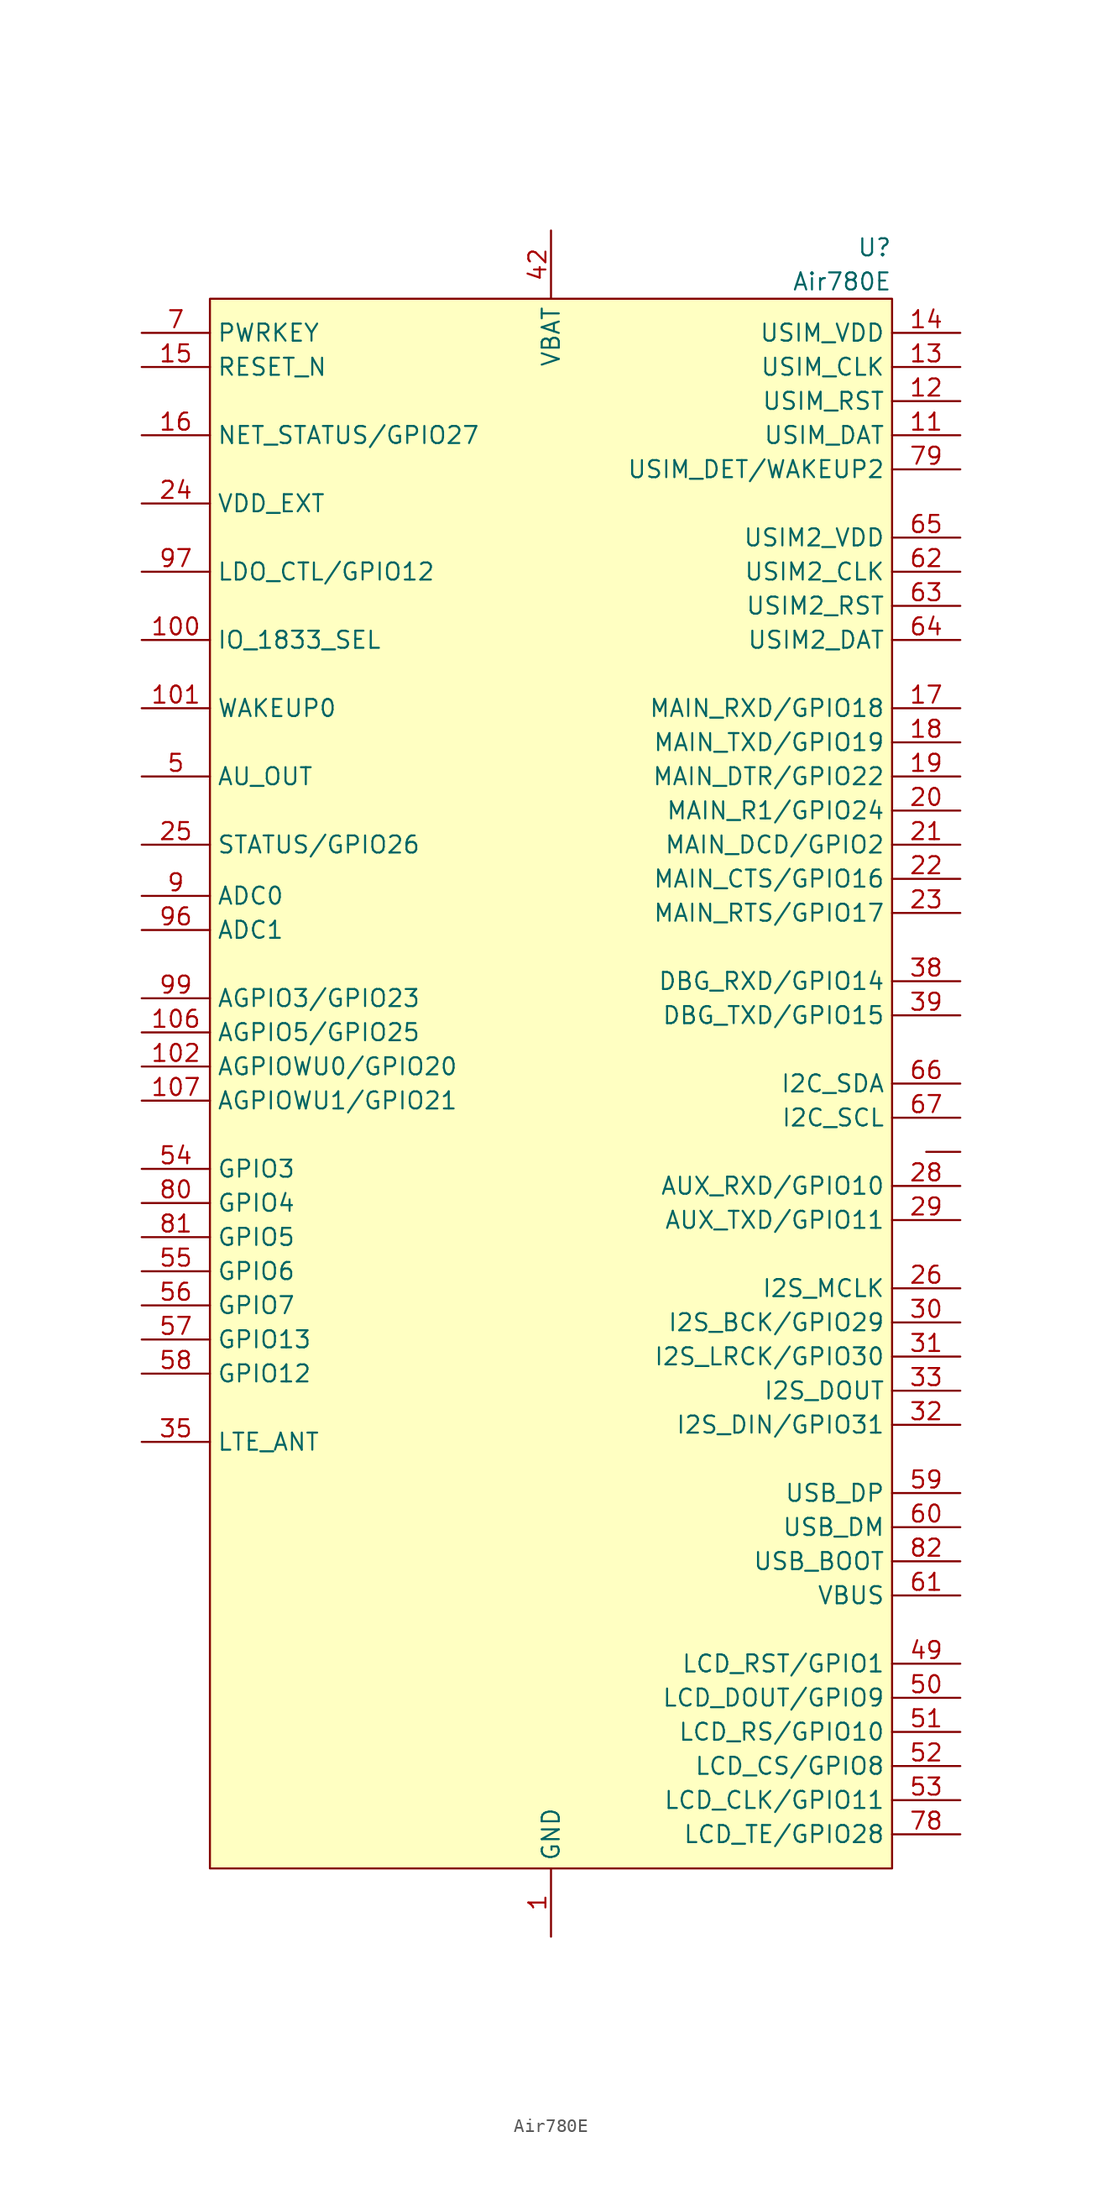
<source format=kicad_sym>
(kicad_symbol_lib
  (version 20220914)
  (generator kicad_symbol_editor)
  (symbol "Air780E"
    (property "Reference" "U"
      (at 25.4 62.23 0)
      (effects (font (size 1.27 1.27)) (justify right)))
    (property "Value" "Air780E"
      (at 25.4 59.69 0)
      (effects (font (size 1.27 1.27)) (justify right)))
    (symbol "Air780E_0_0"
      (pin power_in line (at 0 -63.5 90) (length 5.08) (name "GND" (effects (font (size 1.27 1.27)))) (number "1" (effects (font (size 1.27 1.27)))))
      (pin power_in line (at 0 -63.5 90) (length 5.08) hide (name "GND" (effects (font (size 1.27 1.27)))) (number "10" (effects (font (size 1.27 1.27)))))
      (pin bidirectional line (at -30.48 33.02 0) (length 5.08) (name "IO_1833_SEL" (effects (font (size 1.27 1.27)))) (number "100" (effects (font (size 1.27 1.27)))))
      (pin bidirectional line (at -30.48 27.94 0) (length 5.08) (name "WAKEUP0" (effects (font (size 1.27 1.27)))) (number "101" (effects (font (size 1.27 1.27)))))
      (pin bidirectional line (at -30.48 1.27 0) (length 5.08) (name "AGPIOWU0/GPIO20" (effects (font (size 1.27 1.27)))) (number "102" (effects (font (size 1.27 1.27)))))
      (pin no_connect line (at 0 -8.89 0) (length 5.08) hide (name "RESERVED" (effects (font (size 1.27 1.27)))) (number "103" (effects (font (size 1.27 1.27)))))
      (pin no_connect line (at 0 -10.16 0) (length 5.08) hide (name "RESERVED" (effects (font (size 1.27 1.27)))) (number "104" (effects (font (size 1.27 1.27)))))
      (pin no_connect line (at 0 -11.43 0) (length 5.08) hide (name "RESERVED" (effects (font (size 1.27 1.27)))) (number "105" (effects (font (size 1.27 1.27)))))
      (pin bidirectional line (at -30.48 3.81 0) (length 5.08) (name "AGPIO5/GPIO25" (effects (font (size 1.27 1.27)))) (number "106" (effects (font (size 1.27 1.27)))))
      (pin bidirectional line (at -30.48 -1.27 0) (length 5.08) (name "AGPIOWU1/GPIO21" (effects (font (size 1.27 1.27)))) (number "107" (effects (font (size 1.27 1.27)))))
      (pin no_connect line (at 0 -12.7 0) (length 5.08) hide (name "RESERVED" (effects (font (size 1.27 1.27)))) (number "108" (effects (font (size 1.27 1.27)))))
      (pin no_connect line (at 0 -13.97 0) (length 5.08) hide (name "RESERVED" (effects (font (size 1.27 1.27)))) (number "109" (effects (font (size 1.27 1.27)))))
      (pin bidirectional line (at 30.48 48.26 180) (length 5.08) (name "USIM_DAT" (effects (font (size 1.27 1.27)))) (number "11" (effects (font (size 1.27 1.27)))))
      (pin output line (at 30.48 50.8 180) (length 5.08) (name "USIM_RST" (effects (font (size 1.27 1.27)))) (number "12" (effects (font (size 1.27 1.27)))))
      (pin output line (at 30.48 53.34 180) (length 5.08) (name "USIM_CLK" (effects (font (size 1.27 1.27)))) (number "13" (effects (font (size 1.27 1.27)))))
      (pin power_out line (at 30.48 55.88 180) (length 5.08) (name "USIM_VDD" (effects (font (size 1.27 1.27)))) (number "14" (effects (font (size 1.27 1.27)))))
      (pin input line (at -30.48 53.34 0) (length 5.08) (name "RESET_N" (effects (font (size 1.27 1.27)))) (number "15" (effects (font (size 1.27 1.27)))))
      (pin bidirectional line (at -30.48 48.26 0) (length 5.08) (name "NET_STATUS/GPIO27" (effects (font (size 1.27 1.27)))) (number "16" (effects (font (size 1.27 1.27)))))
      (pin bidirectional line (at 30.48 27.94 180) (length 5.08) (name "MAIN_RXD/GPIO18" (effects (font (size 1.27 1.27)))) (number "17" (effects (font (size 1.27 1.27)))))
      (pin bidirectional line (at 30.48 25.4 180) (length 5.08) (name "MAIN_TXD/GPIO19" (effects (font (size 1.27 1.27)))) (number "18" (effects (font (size 1.27 1.27)))))
      (pin bidirectional line (at 30.48 22.86 180) (length 5.08) (name "MAIN_DTR/GPIO22" (effects (font (size 1.27 1.27)))) (number "19" (effects (font (size 1.27 1.27)))))
      (pin no_connect line (at 0 13.97 0) (length 5.08) hide (name "RESERVED" (effects (font (size 1.27 1.27)))) (number "2" (effects (font (size 1.27 1.27)))))
      (pin bidirectional line (at 30.48 20.32 180) (length 5.08) (name "MAIN_R1/GPIO24" (effects (font (size 1.27 1.27)))) (number "20" (effects (font (size 1.27 1.27)))))
      (pin bidirectional line (at 30.48 17.78 180) (length 5.08) (name "MAIN_DCD/GPIO2" (effects (font (size 1.27 1.27)))) (number "21" (effects (font (size 1.27 1.27)))))
      (pin bidirectional line (at 30.48 15.24 180) (length 5.08) (name "MAIN_CTS/GPIO16" (effects (font (size 1.27 1.27)))) (number "22" (effects (font (size 1.27 1.27)))))
      (pin bidirectional line (at 30.48 12.7 180) (length 5.08) (name "MAIN_RTS/GPIO17" (effects (font (size 1.27 1.27)))) (number "23" (effects (font (size 1.27 1.27)))))
      (pin power_out line (at -30.48 43.18 0) (length 5.08) (name "VDD_EXT" (effects (font (size 1.27 1.27)))) (number "24" (effects (font (size 1.27 1.27)))))
      (pin bidirectional line (at -30.48 17.78 0) (length 5.08) (name "STATUS/GPIO26" (effects (font (size 1.27 1.27)))) (number "25" (effects (font (size 1.27 1.27)))))
      (pin bidirectional line (at 30.48 -15.24 180) (length 5.08) (name "I2S_MCLK" (effects (font (size 1.27 1.27)))) (number "26" (effects (font (size 1.27 1.27)))))
      (pin power_in line (at 0 -63.5 90) (length 5.08) hide (name "GND" (effects (font (size 1.27 1.27)))) (number "27" (effects (font (size 1.27 1.27)))))
      (pin bidirectional line (at 30.48 -7.62 180) (length 5.08) (name "AUX_RXD/GPIO10" (effects (font (size 1.27 1.27)))) (number "28" (effects (font (size 1.27 1.27)))))
      (pin bidirectional line (at 30.48 -10.16 180) (length 5.08) (name "AUX_TXD/GPIO11" (effects (font (size 1.27 1.27)))) (number "29" (effects (font (size 1.27 1.27)))))
      (pin no_connect line (at 0 12.7 0) (length 5.08) hide (name "RESERVED" (effects (font (size 1.27 1.27)))) (number "3" (effects (font (size 1.27 1.27)))))
      (pin bidirectional line (at 30.48 -17.78 180) (length 5.08) (name "I2S_BCK/GPIO29" (effects (font (size 1.27 1.27)))) (number "30" (effects (font (size 1.27 1.27)))))
      (pin bidirectional line (at 30.48 -20.32 180) (length 5.08) (name "I2S_LRCK/GPIO30" (effects (font (size 1.27 1.27)))) (number "31" (effects (font (size 1.27 1.27)))))
      (pin bidirectional line (at 30.48 -25.4 180) (length 5.08) (name "I2S_DIN/GPIO31" (effects (font (size 1.27 1.27)))) (number "32" (effects (font (size 1.27 1.27)))))
      (pin output line (at 30.48 -22.86 180) (length 5.08) (name "I2S_DOUT" (effects (font (size 1.27 1.27)))) (number "33" (effects (font (size 1.27 1.27)))))
      (pin power_in line (at 0 -63.5 90) (length 5.08) hide (name "GND" (effects (font (size 1.27 1.27)))) (number "34" (effects (font (size 1.27 1.27)))))
      (pin bidirectional line (at -30.48 -26.67 0) (length 5.08) (name "LTE_ANT" (effects (font (size 1.27 1.27)))) (number "35" (effects (font (size 1.27 1.27)))))
      (pin power_in line (at 0 -63.5 90) (length 5.08) hide (name "GND" (effects (font (size 1.27 1.27)))) (number "36" (effects (font (size 1.27 1.27)))))
      (pin power_in line (at 0 -63.5 90) (length 5.08) hide (name "GND" (effects (font (size 1.27 1.27)))) (number "37" (effects (font (size 1.27 1.27)))))
      (pin bidirectional line (at 30.48 7.62 180) (length 5.08) (name "DBG_RXD/GPIO14" (effects (font (size 1.27 1.27)))) (number "38" (effects (font (size 1.27 1.27)))))
      (pin bidirectional line (at 30.48 5.08 180) (length 5.08) (name "DBG_TXD/GPIO15" (effects (font (size 1.27 1.27)))) (number "39" (effects (font (size 1.27 1.27)))))
      (pin no_connect line (at 0 11.43 0) (length 5.08) hide (name "RESERVED" (effects (font (size 1.27 1.27)))) (number "4" (effects (font (size 1.27 1.27)))))
      (pin power_in line (at 0 -63.5 90) (length 5.08) hide (name "GND" (effects (font (size 1.27 1.27)))) (number "40" (effects (font (size 1.27 1.27)))))
      (pin power_in line (at 0 -63.5 90) (length 5.08) hide (name "GND" (effects (font (size 1.27 1.27)))) (number "41" (effects (font (size 1.27 1.27)))))
      (pin power_in line (at 0 63.5 270) (length 5.08) (name "VBAT" (effects (font (size 1.27 1.27)))) (number "42" (effects (font (size 1.27 1.27)))))
      (pin power_in line (at 0 63.5 270) (length 5.08) hide (name "VBAT" (effects (font (size 1.27 1.27)))) (number "43" (effects (font (size 1.27 1.27)))))
      (pin no_connect line (at 0 7.62 0) (length 5.08) hide (name "RESERVED" (effects (font (size 1.27 1.27)))) (number "44" (effects (font (size 1.27 1.27)))))
      (pin power_in line (at 0 -63.5 90) (length 5.08) hide (name "GND" (effects (font (size 1.27 1.27)))) (number "45" (effects (font (size 1.27 1.27)))))
      (pin power_in line (at 0 -63.5 90) (length 5.08) hide (name "GND" (effects (font (size 1.27 1.27)))) (number "46" (effects (font (size 1.27 1.27)))))
      (pin power_in line (at 0 -63.5 90) (length 5.08) hide (name "GND" (effects (font (size 1.27 1.27)))) (number "47" (effects (font (size 1.27 1.27)))))
      (pin power_in line (at 0 -63.5 90) (length 5.08) hide (name "GND" (effects (font (size 1.27 1.27)))) (number "48" (effects (font (size 1.27 1.27)))))
      (pin bidirectional line (at 30.48 -43.18 180) (length 5.08) (name "LCD_RST/GPIO1" (effects (font (size 1.27 1.27)))) (number "49" (effects (font (size 1.27 1.27)))))
      (pin input line (at -30.48 22.86 0) (length 5.08) (name "AU_OUT" (effects (font (size 1.27 1.27)))) (number "5" (effects (font (size 1.27 1.27)))))
      (pin bidirectional line (at 30.48 -45.72 180) (length 5.08) (name "LCD_DOUT/GPIO9" (effects (font (size 1.27 1.27)))) (number "50" (effects (font (size 1.27 1.27)))))
      (pin bidirectional line (at 30.48 -48.26 180) (length 5.08) (name "LCD_RS/GPIO10" (effects (font (size 1.27 1.27)))) (number "51" (effects (font (size 1.27 1.27)))))
      (pin bidirectional line (at 30.48 -50.8 180) (length 5.08) (name "LCD_CS/GPIO8" (effects (font (size 1.27 1.27)))) (number "52" (effects (font (size 1.27 1.27)))))
      (pin bidirectional line (at 30.48 -53.34 180) (length 5.08) (name "LCD_CLK/GPIO11" (effects (font (size 1.27 1.27)))) (number "53" (effects (font (size 1.27 1.27)))))
      (pin bidirectional line (at -30.48 -6.35 0) (length 5.08) (name "GPIO3" (effects (font (size 1.27 1.27)))) (number "54" (effects (font (size 1.27 1.27)))))
      (pin bidirectional line (at -30.48 -13.97 0) (length 5.08) (name "GPIO6" (effects (font (size 1.27 1.27)))) (number "55" (effects (font (size 1.27 1.27)))))
      (pin bidirectional line (at -30.48 -16.51 0) (length 5.08) (name "GPIO7" (effects (font (size 1.27 1.27)))) (number "56" (effects (font (size 1.27 1.27)))))
      (pin bidirectional line (at -30.48 -19.05 0) (length 5.08) (name "GPIO13" (effects (font (size 1.27 1.27)))) (number "57" (effects (font (size 1.27 1.27)))))
      (pin bidirectional line (at -30.48 -21.59 0) (length 5.08) (name "GPIO12" (effects (font (size 1.27 1.27)))) (number "58" (effects (font (size 1.27 1.27)))))
      (pin bidirectional line (at 30.48 -30.48 180) (length 5.08) (name "USB_DP" (effects (font (size 1.27 1.27)))) (number "59" (effects (font (size 1.27 1.27)))))
      (pin no_connect line (at 0 10.16 0) (length 5.08) hide (name "RESERVED" (effects (font (size 1.27 1.27)))) (number "6" (effects (font (size 1.27 1.27)))))
      (pin bidirectional line (at 30.48 -33.02 180) (length 5.08) (name "USB_DM" (effects (font (size 1.27 1.27)))) (number "60" (effects (font (size 1.27 1.27)))))
      (pin input line (at 30.48 -38.1 180) (length 5.08) (name "VBUS" (effects (font (size 1.27 1.27)))) (number "61" (effects (font (size 1.27 1.27)))))
      (pin output line (at 30.48 38.1 180) (length 5.08) (name "USIM2_CLK" (effects (font (size 1.27 1.27)))) (number "62" (effects (font (size 1.27 1.27)))))
      (pin output line (at 30.48 35.56 180) (length 5.08) (name "USIM2_RST" (effects (font (size 1.27 1.27)))) (number "63" (effects (font (size 1.27 1.27)))))
      (pin bidirectional line (at 30.48 33.02 180) (length 5.08) (name "USIM2_DAT" (effects (font (size 1.27 1.27)))) (number "64" (effects (font (size 1.27 1.27)))))
      (pin power_out line (at 30.48 40.64 180) (length 5.08) (name "USIM2_VDD" (effects (font (size 1.27 1.27)))) (number "65" (effects (font (size 1.27 1.27)))))
      (pin no_connect line (at 0 6.35 0) (length 5.08) hide (name "RESERVED" (effects (font (size 1.27 1.27)))) (number "68" (effects (font (size 1.27 1.27)))))
      (pin no_connect line (at 0 5.08 0) (length 5.08) hide (name "RESERVED" (effects (font (size 1.27 1.27)))) (number "69" (effects (font (size 1.27 1.27)))))
      (pin input line (at -30.48 55.88 0) (length 5.08) (name "PWRKEY" (effects (font (size 1.27 1.27)))) (number "7" (effects (font (size 1.27 1.27)))))
      (pin power_in line (at 0 -63.5 90) (length 5.08) hide (name "GND" (effects (font (size 1.27 1.27)))) (number "70" (effects (font (size 1.27 1.27)))))
      (pin power_in line (at 0 -63.5 90) (length 5.08) hide (name "GND" (effects (font (size 1.27 1.27)))) (number "71" (effects (font (size 1.27 1.27)))))
      (pin power_in line (at 0 -63.5 90) (length 5.08) hide (name "GND" (effects (font (size 1.27 1.27)))) (number "72" (effects (font (size 1.27 1.27)))))
      (pin power_in line (at 0 -63.5 90) (length 5.08) hide (name "GND" (effects (font (size 1.27 1.27)))) (number "73" (effects (font (size 1.27 1.27)))))
      (pin no_connect line (at 0 3.81 0) (length 5.08) hide (name "RESERVED" (effects (font (size 1.27 1.27)))) (number "74" (effects (font (size 1.27 1.27)))))
      (pin no_connect line (at 0 2.54 0) (length 5.08) hide (name "RESERVED" (effects (font (size 1.27 1.27)))) (number "75" (effects (font (size 1.27 1.27)))))
      (pin no_connect line (at 0 1.27 0) (length 5.08) hide (name "RESERVED" (effects (font (size 1.27 1.27)))) (number "76" (effects (font (size 1.27 1.27)))))
      (pin no_connect line (at 0 0 0) (length 5.08) hide (name "RESERVED" (effects (font (size 1.27 1.27)))) (number "77" (effects (font (size 1.27 1.27)))))
      (pin bidirectional line (at 30.48 -55.88 180) (length 5.08) (name "LCD_TE/GPIO28" (effects (font (size 1.27 1.27)))) (number "78" (effects (font (size 1.27 1.27)))))
      (pin bidirectional line (at 30.48 45.72 180) (length 5.08) (name "USIM_DET/WAKEUP2" (effects (font (size 1.27 1.27)))) (number "79" (effects (font (size 1.27 1.27)))))
      (pin no_connect line (at 0 8.89 0) (length 5.08) hide (name "RESERVED" (effects (font (size 1.27 1.27)))) (number "8" (effects (font (size 1.27 1.27)))))
      (pin bidirectional line (at -30.48 -8.89 0) (length 5.08) (name "GPIO4" (effects (font (size 1.27 1.27)))) (number "80" (effects (font (size 1.27 1.27)))))
      (pin bidirectional line (at -30.48 -11.43 0) (length 5.08) (name "GPIO5" (effects (font (size 1.27 1.27)))) (number "81" (effects (font (size 1.27 1.27)))))
      (pin input line (at 30.48 -35.56 180) (length 5.08) (name "USB_BOOT" (effects (font (size 1.27 1.27)))) (number "82" (effects (font (size 1.27 1.27)))))
      (pin no_connect line (at 0 -1.27 0) (length 5.08) hide (name "RESERVED" (effects (font (size 1.27 1.27)))) (number "83" (effects (font (size 1.27 1.27)))))
      (pin no_connect line (at 0 -2.54 0) (length 5.08) hide (name "RESERVED" (effects (font (size 1.27 1.27)))) (number "84" (effects (font (size 1.27 1.27)))))
      (pin no_connect line (at 0 -3.81 0) (length 5.08) hide (name "RESERVED" (effects (font (size 1.27 1.27)))) (number "85" (effects (font (size 1.27 1.27)))))
      (pin no_connect line (at 0 -5.08 0) (length 5.08) hide (name "RESERVED" (effects (font (size 1.27 1.27)))) (number "86" (effects (font (size 1.27 1.27)))))
      (pin no_connect line (at 0 -6.35 0) (length 5.08) hide (name "RESERVED" (effects (font (size 1.27 1.27)))) (number "87" (effects (font (size 1.27 1.27)))))
      (pin power_in line (at 0 -63.5 90) (length 5.08) hide (name "GND" (effects (font (size 1.27 1.27)))) (number "88" (effects (font (size 1.27 1.27)))))
      (pin power_in line (at 0 -63.5 90) (length 5.08) hide (name "GND" (effects (font (size 1.27 1.27)))) (number "89" (effects (font (size 1.27 1.27)))))
      (pin bidirectional line (at -30.48 13.97 0) (length 5.08) (name "ADC0" (effects (font (size 1.27 1.27)))) (number "9" (effects (font (size 1.27 1.27)))))
      (pin power_in line (at 0 -63.5 90) (length 5.08) hide (name "GND" (effects (font (size 1.27 1.27)))) (number "90" (effects (font (size 1.27 1.27)))))
      (pin power_in line (at 0 -63.5 90) (length 5.08) hide (name "GND" (effects (font (size 1.27 1.27)))) (number "91" (effects (font (size 1.27 1.27)))))
      (pin power_in line (at 0 -63.5 90) (length 5.08) hide (name "GND" (effects (font (size 1.27 1.27)))) (number "92" (effects (font (size 1.27 1.27)))))
      (pin power_in line (at 0 -63.5 90) (length 5.08) hide (name "GND" (effects (font (size 1.27 1.27)))) (number "93" (effects (font (size 1.27 1.27)))))
      (pin power_in line (at 0 -63.5 90) (length 5.08) hide (name "GND" (effects (font (size 1.27 1.27)))) (number "94" (effects (font (size 1.27 1.27)))))
      (pin power_in line (at 0 -63.5 90) (length 5.08) hide (name "GND" (effects (font (size 1.27 1.27)))) (number "95" (effects (font (size 1.27 1.27)))))
      (pin bidirectional line (at -30.48 11.43 0) (length 5.08) (name "ADC1" (effects (font (size 1.27 1.27)))) (number "96" (effects (font (size 1.27 1.27)))))
      (pin bidirectional line (at -30.48 38.1 0) (length 5.08) (name "LDO_CTL/GPIO12" (effects (font (size 1.27 1.27)))) (number "97" (effects (font (size 1.27 1.27)))))
      (pin no_connect line (at 0 -7.62 0) (length 5.08) hide (name "RESERVED" (effects (font (size 1.27 1.27)))) (number "98" (effects (font (size 1.27 1.27)))))
      (pin bidirectional line (at -30.48 6.35 0) (length 5.08) (name "AGPIO3/GPIO23" (effects (font (size 1.27 1.27)))) (number "99" (effects (font (size 1.27 1.27))))))
    (symbol "Air780E_1_0"
      (pin bidirectional line (at 30.48 -5.08 180) (length 2.54) (name "" (effects (font (size 1.27 1.27)))) (number "" (effects (font (size 1.27 1.27)))))
      (pin bidirectional line (at 30.48 0 180) (length 5.08) (name "I2C_SDA" (effects (font (size 1.27 1.27)))) (number "66" (effects (font (size 1.27 1.27)))))
      (pin bidirectional line (at 30.48 -2.54 180) (length 5.08) (name "I2C_SCL" (effects (font (size 1.27 1.27)))) (number "67" (effects (font (size 1.27 1.27))))))
    (symbol "Air780E_1_1"
      (rectangle (start -25.4 58.42) (end 25.4 -58.42) (stroke (width 0) (type default)) (fill (type background))))))
</source>
